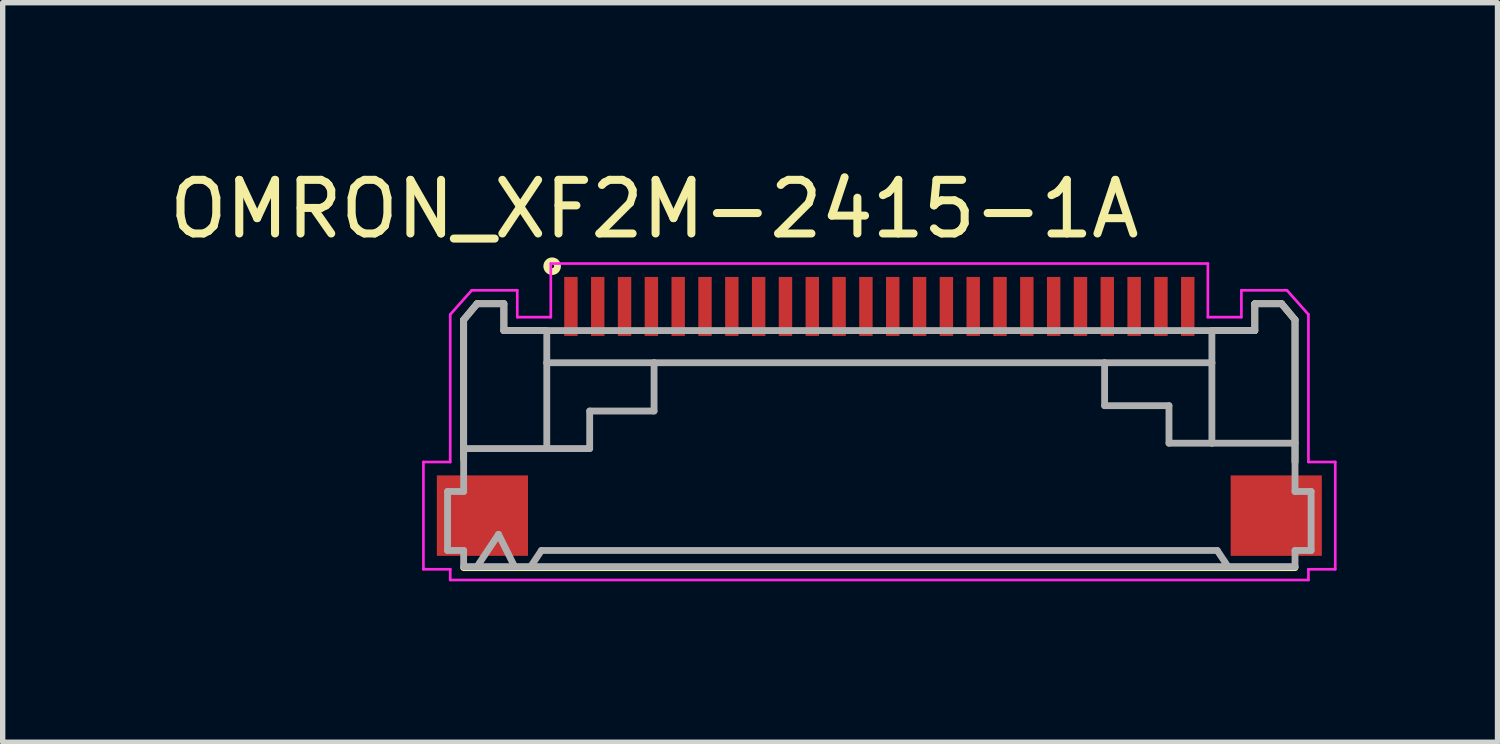
<source format=kicad_pcb>
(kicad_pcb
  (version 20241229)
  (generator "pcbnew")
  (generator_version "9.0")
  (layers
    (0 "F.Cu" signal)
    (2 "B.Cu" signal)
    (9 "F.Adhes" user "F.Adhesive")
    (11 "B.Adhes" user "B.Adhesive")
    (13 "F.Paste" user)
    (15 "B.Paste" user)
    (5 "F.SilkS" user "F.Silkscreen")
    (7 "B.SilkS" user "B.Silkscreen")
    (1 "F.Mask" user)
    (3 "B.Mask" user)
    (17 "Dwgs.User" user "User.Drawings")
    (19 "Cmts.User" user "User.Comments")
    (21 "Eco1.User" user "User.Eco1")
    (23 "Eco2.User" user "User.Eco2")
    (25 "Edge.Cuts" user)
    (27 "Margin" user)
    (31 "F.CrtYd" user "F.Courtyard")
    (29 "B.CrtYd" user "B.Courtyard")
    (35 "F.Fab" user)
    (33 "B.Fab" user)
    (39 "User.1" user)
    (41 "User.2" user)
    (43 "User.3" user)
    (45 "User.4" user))
  (footprint "OMRON_XF2M-2415-1A"
    (layer "F.Cu")
    (at 13.344 5.013)
    (property "Reference" "OMRON_XF2M-2415-1A" (at -4.195 -4.165 0) (layer "F.SilkS") (effects (font (size 1 1) (thickness 0.15))))
    (attr smd)
    (fp_line (start -7.75 -2.1) (end -7.75 0.5) (stroke (width 0.127) (type solid)) (layer "F.SilkS"))
    (fp_line (start -7.75 2.52) (end 7.75 2.52) (stroke (width 0.127) (type solid)) (layer "F.SilkS"))
    (fp_line (start -7.5 -2.4) (end -7.75 -2.1) (stroke (width 0.127) (type solid)) (layer "F.SilkS"))
    (fp_line (start -7 -2.4) (end -7.5 -2.4) (stroke (width 0.127) (type solid)) (layer "F.SilkS"))
    (fp_line (start -7 -1.9) (end -7 -2.4) (stroke (width 0.127) (type solid)) (layer "F.SilkS"))
    (fp_line (start -6.2 -1.9) (end -7 -1.9) (stroke (width 0.127) (type solid)) (layer "F.SilkS"))
    (fp_line (start 6.2 -1.9) (end 7 -1.9) (stroke (width 0.127) (type solid)) (layer "F.SilkS"))
    (fp_line (start 7 -2.4) (end 7.5 -2.4) (stroke (width 0.127) (type solid)) (layer "F.SilkS"))
    (fp_line (start 7 -1.9) (end 7 -2.4) (stroke (width 0.127) (type solid)) (layer "F.SilkS"))
    (fp_line (start 7.5 -2.4) (end 7.75 -2.1) (stroke (width 0.127) (type solid)) (layer "F.SilkS"))
    (fp_line (start 7.75 -2.1) (end 7.75 0.55) (stroke (width 0.127) (type solid)) (layer "F.SilkS"))
    (fp_circle (center -6.1 -3.1) (end -6 -3.1) (stroke (width 0.127) (type solid)) (fill no) (layer "F.SilkS"))
    (fp_line (start -8.5 0.55) (end -8 0.55) (stroke (width 0.05) (type solid)) (layer "F.CrtYd"))
    (fp_line (start -8.5 2.55) (end -8.5 0.55) (stroke (width 0.05) (type solid)) (layer "F.CrtYd"))
    (fp_line (start -8 -2.2) (end -7.6 -2.65) (stroke (width 0.05) (type solid)) (layer "F.CrtYd"))
    (fp_line (start -8 0.55) (end -8 -2.2) (stroke (width 0.05) (type solid)) (layer "F.CrtYd"))
    (fp_line (start -8 2.55) (end -8.5 2.55) (stroke (width 0.05) (type solid)) (layer "F.CrtYd"))
    (fp_line (start -8 2.75) (end -8 2.55) (stroke (width 0.05) (type solid)) (layer "F.CrtYd"))
    (fp_line (start -7.6 -2.65) (end -6.75 -2.65) (stroke (width 0.05) (type solid)) (layer "F.CrtYd"))
    (fp_line (start -6.75 -2.65) (end -6.75 -2.15) (stroke (width 0.05) (type solid)) (layer "F.CrtYd"))
    (fp_line (start -6.75 -2.15) (end -6.125 -2.15) (stroke (width 0.05) (type solid)) (layer "F.CrtYd"))
    (fp_line (start -6.125 -3.15) (end 6.125 -3.15) (stroke (width 0.05) (type solid)) (layer "F.CrtYd"))
    (fp_line (start -6.125 -2.15) (end -6.125 -3.15) (stroke (width 0.05) (type solid)) (layer "F.CrtYd"))
    (fp_line (start 6.125 -3.15) (end 6.125 -2.15) (stroke (width 0.05) (type solid)) (layer "F.CrtYd"))
    (fp_line (start 6.125 -2.15) (end 6.75 -2.15) (stroke (width 0.05) (type solid)) (layer "F.CrtYd"))
    (fp_line (start 6.75 -2.65) (end 7.6 -2.65) (stroke (width 0.05) (type solid)) (layer "F.CrtYd"))
    (fp_line (start 6.75 -2.15) (end 6.75 -2.65) (stroke (width 0.05) (type solid)) (layer "F.CrtYd"))
    (fp_line (start 7.6 -2.65) (end 8 -2.2) (stroke (width 0.05) (type solid)) (layer "F.CrtYd"))
    (fp_line (start 8 -2.2) (end 8 0.55) (stroke (width 0.05) (type solid)) (layer "F.CrtYd"))
    (fp_line (start 8 0.55) (end 8.5 0.55) (stroke (width 0.05) (type solid)) (layer "F.CrtYd"))
    (fp_line (start 8 2.55) (end 8 2.75) (stroke (width 0.05) (type solid)) (layer "F.CrtYd"))
    (fp_line (start 8 2.75) (end -8 2.75) (stroke (width 0.05) (type solid)) (layer "F.CrtYd"))
    (fp_line (start 8.5 0.55) (end 8.5 2.55) (stroke (width 0.05) (type solid)) (layer "F.CrtYd"))
    (fp_line (start 8.5 2.55) (end 8 2.55) (stroke (width 0.05) (type solid)) (layer "F.CrtYd"))
    (fp_line (start -8.05 1.1) (end -7.75 1.1) (stroke (width 0.127) (type solid)) (layer "F.Fab"))
    (fp_line (start -8.05 2.2) (end -8.05 1.1) (stroke (width 0.127) (type solid)) (layer "F.Fab"))
    (fp_line (start -7.75 -2.1) (end -7.5 -2.4) (stroke (width 0.127) (type solid)) (layer "F.Fab"))
    (fp_line (start -7.75 1.1) (end -7.75 -2.1) (stroke (width 0.127) (type solid)) (layer "F.Fab"))
    (fp_line (start -7.75 2.2) (end -8.05 2.2) (stroke (width 0.127) (type solid)) (layer "F.Fab"))
    (fp_line (start -7.75 2.5) (end -7.75 2.2) (stroke (width 0.127) (type solid)) (layer "F.Fab"))
    (fp_line (start -7.7 0.3) (end -6.2 0.3) (stroke (width 0.127) (type solid)) (layer "F.Fab"))
    (fp_line (start -7.5 -2.4) (end -7 -2.4) (stroke (width 0.127) (type solid)) (layer "F.Fab"))
    (fp_line (start -7.5 2.5) (end -7.75 2.5) (stroke (width 0.127) (type solid)) (layer "F.Fab"))
    (fp_line (start -7.5 2.5) (end -7.1 1.9) (stroke (width 0.127) (type solid)) (layer "F.Fab"))
    (fp_line (start -7.1 1.9) (end -6.8 2.5) (stroke (width 0.127) (type solid)) (layer "F.Fab"))
    (fp_line (start -7 -2.4) (end -7 -1.9) (stroke (width 0.127) (type solid)) (layer "F.Fab"))
    (fp_line (start -7 -1.9) (end 6.2 -1.9) (stroke (width 0.127) (type solid)) (layer "F.Fab"))
    (fp_line (start -6.8 2.5) (end -7.5 2.5) (stroke (width 0.127) (type solid)) (layer "F.Fab"))
    (fp_line (start -6.5 2.5) (end -6.8 2.5) (stroke (width 0.127) (type solid)) (layer "F.Fab"))
    (fp_line (start -6.5 2.5) (end -6.3 2.2) (stroke (width 0.127) (type solid)) (layer "F.Fab"))
    (fp_line (start -6.3 2.2) (end 6.3 2.2) (stroke (width 0.127) (type solid)) (layer "F.Fab"))
    (fp_line (start -6.2 -1.3) (end -6.2 -1.9) (stroke (width 0.127) (type solid)) (layer "F.Fab"))
    (fp_line (start -6.2 0.3) (end -6.2 -1.3) (stroke (width 0.127) (type solid)) (layer "F.Fab"))
    (fp_line (start -6.2 0.3) (end -5.4 0.3) (stroke (width 0.127) (type solid)) (layer "F.Fab"))
    (fp_line (start -5.4 -0.4) (end -4.2 -0.4) (stroke (width 0.127) (type solid)) (layer "F.Fab"))
    (fp_line (start -5.4 0.3) (end -5.4 -0.4) (stroke (width 0.127) (type solid)) (layer "F.Fab"))
    (fp_line (start -4.2 -1.3) (end -6.2 -1.3) (stroke (width 0.127) (type solid)) (layer "F.Fab"))
    (fp_line (start -4.2 -1.3) (end 4.2 -1.3) (stroke (width 0.127) (type solid)) (layer "F.Fab"))
    (fp_line (start -4.2 -0.4) (end -4.2 -1.3) (stroke (width 0.127) (type solid)) (layer "F.Fab"))
    (fp_line (start 4.2 -1.3) (end 4.2 -0.5) (stroke (width 0.127) (type solid)) (layer "F.Fab"))
    (fp_line (start 4.2 -1.3) (end 6.2 -1.3) (stroke (width 0.127) (type solid)) (layer "F.Fab"))
    (fp_line (start 4.2 -0.5) (end 5.4 -0.5) (stroke (width 0.127) (type solid)) (layer "F.Fab"))
    (fp_line (start 5.4 -0.5) (end 5.4 0.2) (stroke (width 0.127) (type solid)) (layer "F.Fab"))
    (fp_line (start 5.4 0.2) (end 6.2 0.2) (stroke (width 0.127) (type solid)) (layer "F.Fab"))
    (fp_line (start 6.2 -1.9) (end 7 -1.9) (stroke (width 0.127) (type solid)) (layer "F.Fab"))
    (fp_line (start 6.2 -1.3) (end 6.2 -1.9) (stroke (width 0.127) (type solid)) (layer "F.Fab"))
    (fp_line (start 6.2 0.2) (end 6.2 -1.3) (stroke (width 0.127) (type solid)) (layer "F.Fab"))
    (fp_line (start 6.2 0.2) (end 7.75 0.2) (stroke (width 0.127) (type solid)) (layer "F.Fab"))
    (fp_line (start 6.3 2.2) (end 6.5 2.5) (stroke (width 0.127) (type solid)) (layer "F.Fab"))
    (fp_line (start 6.5 2.5) (end -6.5 2.5) (stroke (width 0.127) (type solid)) (layer "F.Fab"))
    (fp_line (start 7 -2.4) (end 7.5 -2.4) (stroke (width 0.127) (type solid)) (layer "F.Fab"))
    (fp_line (start 7 -1.9) (end 7 -2.4) (stroke (width 0.127) (type solid)) (layer "F.Fab"))
    (fp_line (start 7.5 -2.4) (end 7.75 -2.1) (stroke (width 0.127) (type solid)) (layer "F.Fab"))
    (fp_line (start 7.75 -2.1) (end 7.75 0.2) (stroke (width 0.127) (type solid)) (layer "F.Fab"))
    (fp_line (start 7.75 0.2) (end 7.75 1.1) (stroke (width 0.127) (type solid)) (layer "F.Fab"))
    (fp_line (start 7.75 1.1) (end 8.05 1.1) (stroke (width 0.127) (type solid)) (layer "F.Fab"))
    (fp_line (start 7.75 2.2) (end 7.75 2.5) (stroke (width 0.127) (type solid)) (layer "F.Fab"))
    (fp_line (start 7.75 2.5) (end 6.5 2.5) (stroke (width 0.127) (type solid)) (layer "F.Fab"))
    (fp_line (start 8.05 1.1) (end 8.05 2.2) (stroke (width 0.127) (type solid)) (layer "F.Fab"))
    (fp_line (start 8.05 2.2) (end 7.75 2.2) (stroke (width 0.127) (type solid)) (layer "F.Fab"))
    (pad "1" smd rect (at -5.75 -2.35) (size 0.25 1.1) (layers "F.Cu" "F.Mask" "F.Paste"))
    (pad "2" smd rect (at -5.25 -2.35) (size 0.25 1.1) (layers "F.Cu" "F.Mask" "F.Paste"))
    (pad "3" smd rect (at -4.75 -2.35) (size 0.25 1.1) (layers "F.Cu" "F.Mask" "F.Paste"))
    (pad "4" smd rect (at -4.25 -2.35) (size 0.25 1.1) (layers "F.Cu" "F.Mask" "F.Paste"))
    (pad "5" smd rect (at -3.75 -2.35) (size 0.25 1.1) (layers "F.Cu" "F.Mask" "F.Paste"))
    (pad "6" smd rect (at -3.25 -2.35) (size 0.25 1.1) (layers "F.Cu" "F.Mask" "F.Paste"))
    (pad "7" smd rect (at -2.75 -2.35) (size 0.25 1.1) (layers "F.Cu" "F.Mask" "F.Paste"))
    (pad "8" smd rect (at -2.25 -2.35) (size 0.25 1.1) (layers "F.Cu" "F.Mask" "F.Paste"))
    (pad "9" smd rect (at -1.75 -2.35) (size 0.25 1.1) (layers "F.Cu" "F.Mask" "F.Paste"))
    (pad "10" smd rect (at -1.25 -2.35) (size 0.25 1.1) (layers "F.Cu" "F.Mask" "F.Paste"))
    (pad "11" smd rect (at -0.75 -2.35) (size 0.25 1.1) (layers "F.Cu" "F.Mask" "F.Paste"))
    (pad "12" smd rect (at -0.25 -2.35) (size 0.25 1.1) (layers "F.Cu" "F.Mask" "F.Paste"))
    (pad "13" smd rect (at 0.25 -2.35) (size 0.25 1.1) (layers "F.Cu" "F.Mask" "F.Paste"))
    (pad "14" smd rect (at 0.75 -2.35) (size 0.25 1.1) (layers "F.Cu" "F.Mask" "F.Paste"))
    (pad "15" smd rect (at 1.25 -2.35) (size 0.25 1.1) (layers "F.Cu" "F.Mask" "F.Paste"))
    (pad "16" smd rect (at 1.75 -2.35) (size 0.25 1.1) (layers "F.Cu" "F.Mask" "F.Paste"))
    (pad "17" smd rect (at 2.25 -2.35) (size 0.25 1.1) (layers "F.Cu" "F.Mask" "F.Paste"))
    (pad "18" smd rect (at 2.75 -2.35) (size 0.25 1.1) (layers "F.Cu" "F.Mask" "F.Paste"))
    (pad "19" smd rect (at 3.25 -2.35) (size 0.25 1.1) (layers "F.Cu" "F.Mask" "F.Paste"))
    (pad "20" smd rect (at 3.75 -2.35) (size 0.25 1.1) (layers "F.Cu" "F.Mask" "F.Paste"))
    (pad "21" smd rect (at 4.25 -2.35) (size 0.25 1.1) (layers "F.Cu" "F.Mask" "F.Paste"))
    (pad "22" smd rect (at 4.75 -2.35) (size 0.25 1.1) (layers "F.Cu" "F.Mask" "F.Paste"))
    (pad "23" smd rect (at 5.25 -2.35) (size 0.25 1.1) (layers "F.Cu" "F.Mask" "F.Paste"))
    (pad "24" smd rect (at 5.75 -2.35) (size 0.25 1.1) (layers "F.Cu" "F.Mask" "F.Paste"))
    (pad "P1" smd rect (at 7.4 1.55) (size 1.7 1.5) (layers "F.Cu" "F.Mask" "F.Paste"))
    (pad "P2" smd rect (at -7.4 1.55) (size 1.7 1.5) (layers "F.Cu" "F.Mask" "F.Paste")))
  (gr_rect
    (start -3 -3)
    (end 24.869 10.788)
    (stroke (width 0.1) (type default))
    (fill no)
    (layer "Edge.Cuts")))
</source>
